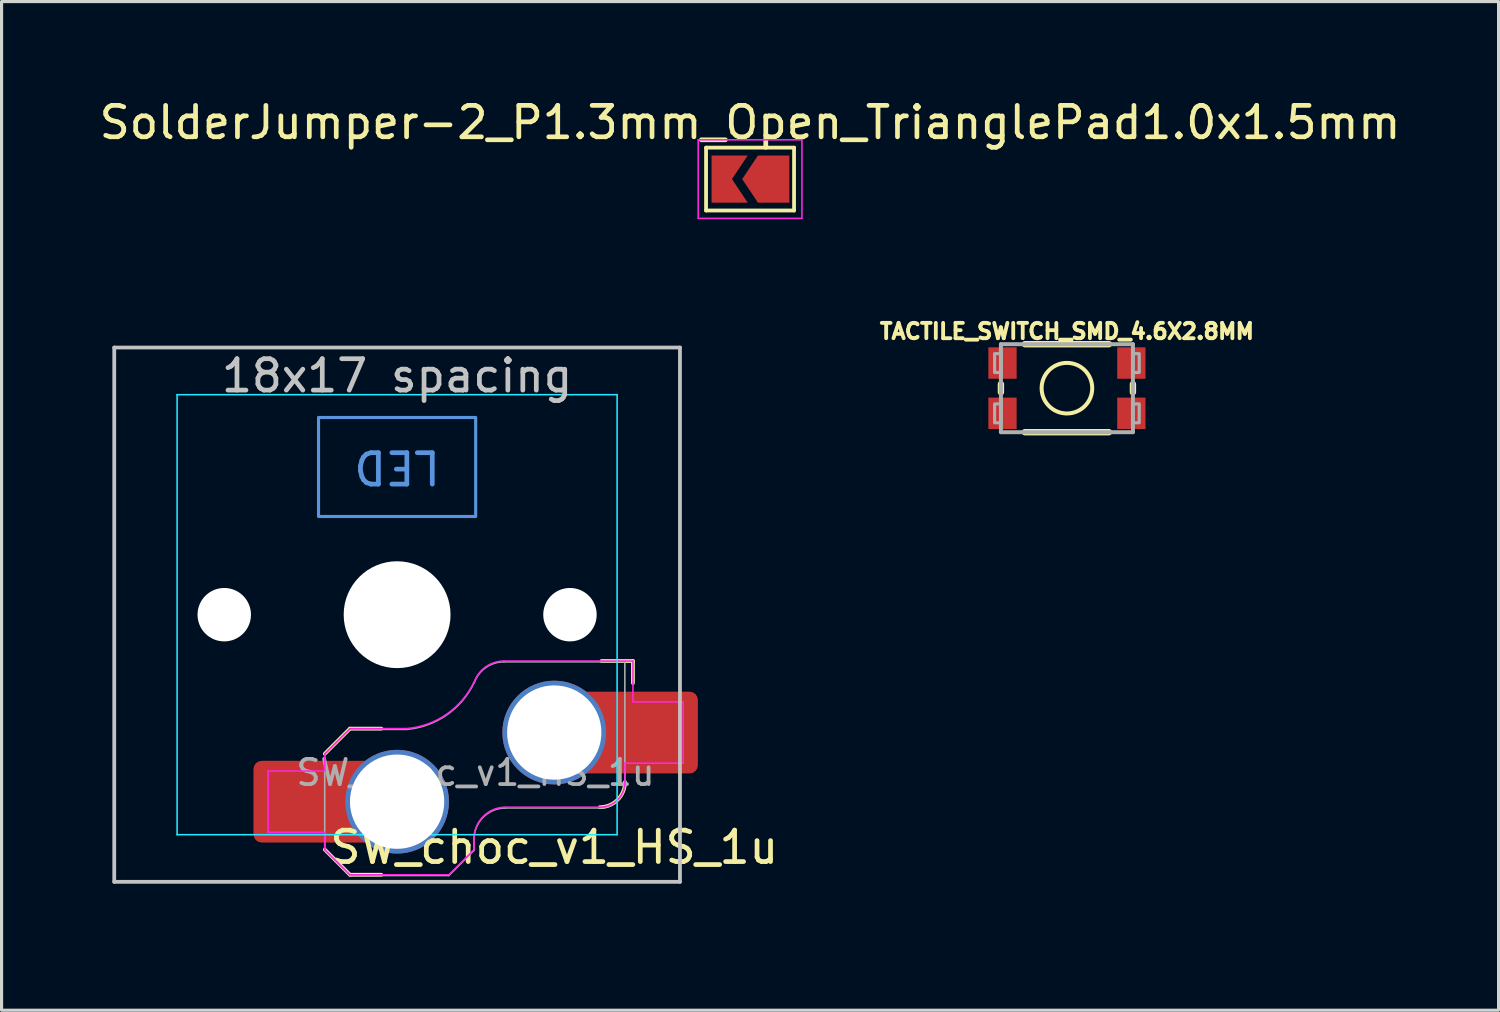
<source format=kicad_pcb>
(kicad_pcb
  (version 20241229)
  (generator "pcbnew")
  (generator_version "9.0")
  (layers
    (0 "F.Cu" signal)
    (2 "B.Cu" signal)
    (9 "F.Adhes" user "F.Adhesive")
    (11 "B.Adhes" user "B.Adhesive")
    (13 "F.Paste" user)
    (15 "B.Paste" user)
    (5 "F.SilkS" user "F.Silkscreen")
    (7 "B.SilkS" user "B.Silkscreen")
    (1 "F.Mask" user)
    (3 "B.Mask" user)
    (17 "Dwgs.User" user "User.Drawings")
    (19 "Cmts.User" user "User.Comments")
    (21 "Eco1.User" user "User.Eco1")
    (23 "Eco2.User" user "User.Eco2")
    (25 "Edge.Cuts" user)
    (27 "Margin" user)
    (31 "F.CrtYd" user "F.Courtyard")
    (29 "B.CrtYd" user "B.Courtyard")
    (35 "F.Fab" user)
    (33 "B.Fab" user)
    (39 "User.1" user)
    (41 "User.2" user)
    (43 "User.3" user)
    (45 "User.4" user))
  (footprint "TACTILE_SWITCH_SMD_4.6X2.8MM"
    (layer "F.Cu")
    (at 30.897 9.301)
    (property "Reference" "TACTILE_SWITCH_SMD_4.6X2.8MM" (at 0 -1.524 0) (layer "F.SilkS") (effects (font (size 0.488 0.488) (thickness 0.122)) (justify bottom)))
    (attr smd)
    (fp_line (start -2.1 -0.13) (end -2.1 0.13) (stroke (width 0.203) (type solid)) (layer "F.SilkS"))
    (fp_line (start -1.338 -1.4) (end 1.338 -1.4) (stroke (width 0.203) (type solid)) (layer "F.SilkS"))
    (fp_line (start 1.338 1.4) (end -1.338 1.4) (stroke (width 0.203) (type solid)) (layer "F.SilkS"))
    (fp_line (start 2.1 0.13) (end 2.1 -0.13) (stroke (width 0.203) (type solid)) (layer "F.SilkS"))
    (fp_circle (center 0 0) (end 0.805 0) (stroke (width 0.127) (type solid)) (fill no) (layer "F.SilkS"))
    (fp_line (start -2.1 -1.4) (end -2.1 1.4) (stroke (width 0.127) (type solid)) (layer "F.Fab"))
    (fp_line (start -2.1 -1.4) (end 2.1 -1.4) (stroke (width 0.127) (type solid)) (layer "F.Fab"))
    (fp_line (start -2.1 1.4) (end 2.1 1.4) (stroke (width 0.127) (type solid)) (layer "F.Fab"))
    (fp_line (start 2.1 1.4) (end 2.1 -1.4) (stroke (width 0.127) (type solid)) (layer "F.Fab"))
    (fp_poly (pts (xy -2.3 -0.5) (xy -2.1 -0.5) (xy -2.1 -1.1) (xy -2.3 -1.1)) (stroke (width 0.1) (type solid)) (fill no) (layer "F.Fab"))
    (fp_poly (pts (xy -2.3 1.1) (xy -2.1 1.1) (xy -2.1 0.5) (xy -2.3 0.5)) (stroke (width 0.1) (type solid)) (fill no) (layer "F.Fab"))
    (fp_poly (pts (xy 2.3 -1.1) (xy 2.1 -1.1) (xy 2.1 -0.5) (xy 2.3 -0.5)) (stroke (width 0.1) (type solid)) (fill no) (layer "F.Fab"))
    (fp_poly (pts (xy 2.3 0.5) (xy 2.1 0.5) (xy 2.1 1.1) (xy 2.3 1.1)) (stroke (width 0.1) (type solid)) (fill no) (layer "F.Fab"))
    (pad "1" smd rect (at -2.05 0.8) (size 0.9 1) (layers "F.Cu" "F.Mask" "F.Paste"))
    (pad "2" smd rect (at 2.05 0.8) (size 0.9 1) (layers "F.Cu" "F.Mask" "F.Paste"))
    (pad "3" smd rect (at 2.05 -0.8) (size 0.9 1) (layers "F.Cu" "F.Mask" "F.Paste"))
    (pad "4" smd rect (at -2.05 -0.8) (size 0.9 1) (layers "F.Cu" "F.Mask" "F.Paste")))
  (footprint "SW_choc_v1_HS_1u"
    (layer "F.Cu")
    (at 9.585 16.508)
    (property "Reference" "SW_choc_v1_HS_1u" (at 5 7.4 0) (layer "F.SilkS") (effects (font (size 1 1) (thickness 0.15))))
    (attr smd)
    (fp_line (start -2.3 7.475) (end -1.5 8.275) (stroke (width 0.12) (type solid)) (layer "F.SilkS"))
    (fp_line (start -1.5 3.625) (end -2.3 4.425) (stroke (width 0.12) (type solid)) (layer "F.SilkS"))
    (fp_line (start -1.5 3.625) (end -0.5 3.625) (stroke (width 0.12) (type solid)) (layer "F.SilkS"))
    (fp_line (start -1.5 8.275) (end -0.5 8.275) (stroke (width 0.12) (type solid)) (layer "F.SilkS"))
    (fp_line (start 7.504 1.475) (end 6.504 1.475) (stroke (width 0.12) (type solid)) (layer "F.SilkS"))
    (fp_line (start 7.504 1.475) (end 7.504 2.175) (stroke (width 0.12) (type solid)) (layer "F.SilkS"))
    (fp_arc (start 7.25 5.325) (mid 7.015685 5.890685) (end 6.45 6.125) (stroke (width 0.12) (type solid)) (layer "F.SilkS"))
    (fp_line (start -9 -8.5) (end -9 8.5) (stroke (width 0.12) (type solid)) (layer "Dwgs.User"))
    (fp_line (start -9 8.5) (end 9 8.5) (stroke (width 0.12) (type solid)) (layer "Dwgs.User"))
    (fp_line (start 9 -8.5) (end -9 -8.5) (stroke (width 0.12) (type solid)) (layer "Dwgs.User"))
    (fp_line (start 9 8.5) (end 9 -8.5) (stroke (width 0.12) (type solid)) (layer "Dwgs.User"))
    (fp_rect (start -2.5 -6.275) (end 2.5 -3.125) (stroke (width 0.1) (type default)) (fill no) (layer "Cmts.User"))
    (fp_line (start -9.525 -9.525) (end 9.525 -9.525) (stroke (width 0.12) (type solid)) (layer "Eco1.User"))
    (fp_line (start -9.525 9.525) (end -9.525 -9.525) (stroke (width 0.12) (type solid)) (layer "Eco1.User"))
    (fp_line (start 9.525 -9.525) (end 9.525 9.525) (stroke (width 0.12) (type solid)) (layer "Eco1.User"))
    (fp_line (start 9.525 9.525) (end -9.525 9.525) (stroke (width 0.12) (type solid)) (layer "Eco1.User"))
    (fp_line (start -6.95 -6.45) (end -6.95 6.45) (stroke (width 0.05) (type solid)) (layer "Eco2.User"))
    (fp_line (start -6.45 6.95) (end 6.45 6.95) (stroke (width 0.05) (type solid)) (layer "Eco2.User"))
    (fp_line (start 6.45 -6.95) (end -6.45 -6.95) (stroke (width 0.05) (type solid)) (layer "Eco2.User"))
    (fp_line (start 6.95 6.45) (end 6.95 -6.45) (stroke (width 0.05) (type solid)) (layer "Eco2.User"))
    (fp_arc (start -6.95 -6.45) (mid -6.803553 -6.803553) (end -6.45 -6.95) (stroke (width 0.05) (type solid)) (layer "Eco2.User"))
    (fp_arc (start -6.45 6.95) (mid -6.803553 6.803553) (end -6.95 6.45) (stroke (width 0.05) (type solid)) (layer "Eco2.User"))
    (fp_arc (start 6.45 -6.95) (mid 6.803553 -6.803553) (end 6.95 -6.45) (stroke (width 0.05) (type solid)) (layer "Eco2.User"))
    (fp_arc (start 6.95 6.45) (mid 6.803553 6.803553) (end 6.45 6.95) (stroke (width 0.05) (type solid)) (layer "Eco2.User"))
    (fp_line (start -7 -7) (end -7 7) (stroke (width 0.05) (type solid)) (layer "B.CrtYd"))
    (fp_line (start -7 7) (end 7 7) (stroke (width 0.05) (type solid)) (layer "B.CrtYd"))
    (fp_line (start 7 -7) (end -7 -7) (stroke (width 0.05) (type solid)) (layer "B.CrtYd"))
    (fp_line (start 7 7) (end 7 -7) (stroke (width 0.05) (type solid)) (layer "B.CrtYd"))
    (fp_line (start -4.104 4.975) (end -4.104 6.925) (stroke (width 0.05) (type solid)) (layer "F.CrtYd"))
    (fp_line (start -4.104 4.975) (end -2.3 4.975) (stroke (width 0.05) (type solid)) (layer "F.CrtYd"))
    (fp_line (start -4.104 6.925) (end -2.3 6.925) (stroke (width 0.05) (type solid)) (layer "F.CrtYd"))
    (fp_line (start -2.3 4.975) (end -2.3 4.425) (stroke (width 0.05) (type solid)) (layer "F.CrtYd"))
    (fp_line (start -2.3 7.475) (end -2.3 6.925) (stroke (width 0.05) (type solid)) (layer "F.CrtYd"))
    (fp_line (start -2.3 7.475) (end -1.5 8.275) (stroke (width 0.05) (type solid)) (layer "F.CrtYd"))
    (fp_line (start -1.5 3.625) (end -2.3 4.425) (stroke (width 0.05) (type solid)) (layer "F.CrtYd"))
    (fp_line (start -1.5 3.625) (end 0.3 3.625) (stroke (width 0.05) (type solid)) (layer "F.CrtYd"))
    (fp_line (start -1.5 8.275) (end 1.65 8.275) (stroke (width 0.05) (type solid)) (layer "F.CrtYd"))
    (fp_line (start 2.45 7.475) (end 1.65 8.275) (stroke (width 0.05) (type solid)) (layer "F.CrtYd"))
    (fp_line (start 2.45 7.475) (end 2.45 7.125) (stroke (width 0.05) (type solid)) (layer "F.CrtYd"))
    (fp_line (start 3.45 6.125) (end 6.45 6.125) (stroke (width 0.05) (type solid)) (layer "F.CrtYd"))
    (fp_line (start 7.25 4.725) (end 9.104 4.725) (stroke (width 0.05) (type solid)) (layer "F.CrtYd"))
    (fp_line (start 7.25 5.325) (end 7.25 4.725) (stroke (width 0.05) (type solid)) (layer "F.CrtYd"))
    (fp_line (start 7.504 1.475) (end 3.4 1.475) (stroke (width 0.05) (type solid)) (layer "F.CrtYd"))
    (fp_line (start 7.504 1.475) (end 7.504 2.175) (stroke (width 0.05) (type solid)) (layer "F.CrtYd"))
    (fp_line (start 7.504 2.175) (end 7.504 2.775) (stroke (width 0.05) (type solid)) (layer "F.CrtYd"))
    (fp_line (start 9.104 2.775) (end 7.504 2.775) (stroke (width 0.05) (type solid)) (layer "F.CrtYd"))
    (fp_line (start 9.104 4.725) (end 9.104 2.775) (stroke (width 0.05) (type solid)) (layer "F.CrtYd"))
    (fp_arc (start 2.45 7.125) (mid 2.742893 6.417893) (end 3.45 6.125) (stroke (width 0.05) (type solid)) (layer "F.CrtYd"))
    (fp_arc (start 2.455444 2.13293) (mid 1.577272 3.167235) (end 0.299999 3.624999) (stroke (width 0.05) (type solid)) (layer "F.CrtYd"))
    (fp_arc (start 2.460307 2.13298) (mid 2.826423 1.655848) (end 3.4 1.475) (stroke (width 0.05) (type solid)) (layer "F.CrtYd"))
    (fp_arc (start 7.25 5.325) (mid 7.015685 5.890685) (end 6.45 6.125) (stroke (width 0.05) (type solid)) (layer "F.CrtYd"))
    (fp_line (start -2.304 7.5) (end -2.304 4.45) (stroke (width 0.05) (type solid)) (layer "F.Fab"))
    (fp_line (start -2.304 7.5) (end -1.504 8.3) (stroke (width 0.05) (type solid)) (layer "F.Fab"))
    (fp_line (start -1.504 3.65) (end -2.304 4.45) (stroke (width 0.05) (type solid)) (layer "F.Fab"))
    (fp_line (start -1.504 3.65) (end 0.296 3.65) (stroke (width 0.05) (type solid)) (layer "F.Fab"))
    (fp_line (start -1.504 8.3) (end 1.646 8.3) (stroke (width 0.05) (type solid)) (layer "F.Fab"))
    (fp_line (start 2.446 7.5) (end 1.646 8.3) (stroke (width 0.05) (type solid)) (layer "F.Fab"))
    (fp_line (start 2.446 7.5) (end 2.446 7.15) (stroke (width 0.05) (type solid)) (layer "F.Fab"))
    (fp_line (start 3.446 6.15) (end 6.446 6.15) (stroke (width 0.05) (type solid)) (layer "F.Fab"))
    (fp_line (start 7.246 1.5) (end 3.396 1.5) (stroke (width 0.05) (type solid)) (layer "F.Fab"))
    (fp_line (start 7.246 5.35) (end 7.246 1.5) (stroke (width 0.05) (type solid)) (layer "F.Fab"))
    (fp_arc (start 2.446 7.15) (mid 2.738893 6.442893) (end 3.446 6.15) (stroke (width 0.05) (type solid)) (layer "F.Fab"))
    (fp_arc (start 2.451444 2.15793) (mid 1.573272 3.192235) (end 0.295999 3.649999) (stroke (width 0.05) (type solid)) (layer "F.Fab"))
    (fp_arc (start 2.456307 2.15798) (mid 2.822423 1.680848) (end 3.396 1.5) (stroke (width 0.05) (type solid)) (layer "F.Fab"))
    (fp_arc (start 7.246 5.35) (mid 7.011685 5.915685) (end 6.446 6.15) (stroke (width 0.05) (type solid)) (layer "F.Fab"))
    (fp_text user "18x17 spacing" (at 0 -7.6 0) (layer "Dwgs.User") (effects (font (size 1 1) (thickness 0.15))))
    (fp_text user "LED" (at 0 -4.7 180) (unlocked yes) (layer "Cmts.User") (effects (font (size 1 1) (thickness 0.15))))
    (fp_text user "19.05 spacing" (at 0 -8.7 0) (layer "Eco1.User") (effects (font (size 1 1) (thickness 0.15))))
    (fp_text user "${REFERENCE}" (at 2.496 5.025 0) (layer "F.Fab") (effects (font (size 0.8 0.8) (thickness 0.12))))
    (pad "" np_thru_hole circle (at -5.5 0) (size 1.7 1.7) (drill 1.7) (layers "*.Cu" "*.Mask"))
    (pad "" np_thru_hole circle (at 0 0) (size 3.4 3.4) (drill 3.4) (layers "*.Cu" "*.Mask"))
    (pad "" np_thru_hole circle (at 5.5 0) (size 1.7 1.7) (drill 1.7) (layers "*.Cu" "*.Mask"))
    (pad "1" thru_hole circle (at 5 3.75 180) (size 3.3 3.3) (drill 3) (layers "*.Cu" "F.Mask"))
    (pad "1" smd rect (at 6.55 3.75 180) (size 1.2 2.6) (layers "F.Cu"))
    (pad "1" smd roundrect (at 8.245 3.75 180) (size 2.65 2.6) (layers "F.Cu" "F.Mask" "F.Paste") (roundrect_rratio 0.1))
    (pad "2" smd roundrect (at -3.245 5.95 180) (size 2.65 2.6) (layers "F.Cu" "F.Mask" "F.Paste") (roundrect_rratio 0.1))
    (pad "2" smd rect (at -1.55 5.95) (size 1.2 2.6) (layers "F.Cu"))
    (pad "2" thru_hole circle (at 0 5.95 180) (size 3.3 3.3) (drill 3) (layers "*.Cu" "F.Mask")))
  (footprint "SolderJumper-2_P1.3mm_Open_TrianglePad1.0x1.5mm"
    (layer "F.Cu")
    (at 20.815 2.648)
    (property "Reference" "SolderJumper-2_P1.3mm_Open_TrianglePad1.0x1.5mm" (at 0 -1.8 0) (layer "F.SilkS") (effects (font (size 1 1) (thickness 0.15))))
    (attr exclude_from_pos_files)
    (fp_line (start -1.4 -1) (end 1.4 -1) (stroke (width 0.12) (type solid)) (layer "F.SilkS"))
    (fp_line (start -1.4 1) (end -1.4 -1) (stroke (width 0.12) (type solid)) (layer "F.SilkS"))
    (fp_line (start 1.4 -1) (end 1.4 1) (stroke (width 0.12) (type solid)) (layer "F.SilkS"))
    (fp_line (start 1.4 1) (end -1.4 1) (stroke (width 0.12) (type solid)) (layer "F.SilkS"))
    (fp_line (start -1.65 -1.25) (end -1.65 1.25) (stroke (width 0.05) (type solid)) (layer "F.CrtYd"))
    (fp_line (start -1.65 -1.25) (end 1.65 -1.25) (stroke (width 0.05) (type solid)) (layer "F.CrtYd"))
    (fp_line (start 1.65 1.25) (end -1.65 1.25) (stroke (width 0.05) (type solid)) (layer "F.CrtYd"))
    (fp_line (start 1.65 1.25) (end 1.65 -1.25) (stroke (width 0.05) (type solid)) (layer "F.CrtYd"))
    (pad "1" smd custom (at 0.75 0 180) (size 0.3 0.3) (layers "F.Cu" "F.Mask") (options (anchor rect)) (primitives (gr_poly (pts (xy 1 0) (xy 0.5 0.75) (xy -0.5 0.75) (xy -0.5 -0.75) (xy 0.5 -0.75)) (width 0) (fill yes))))
    (pad "2" smd custom (at -0.725 0 180) (size 0.3 0.3) (layers "F.Cu" "F.Mask") (options (anchor rect)) (primitives (gr_poly (pts (xy 0.5 0.75) (xy -0.65 0.75) (xy -0.15 0) (xy -0.65 -0.75) (xy 0.5 -0.75)) (width 0) (fill yes)))))
  (gr_rect
    (start -3 -3)
    (end 44.631 29.093)
    (stroke (width 0.1) (type default))
    (fill no)
    (layer "Edge.Cuts")))
</source>
